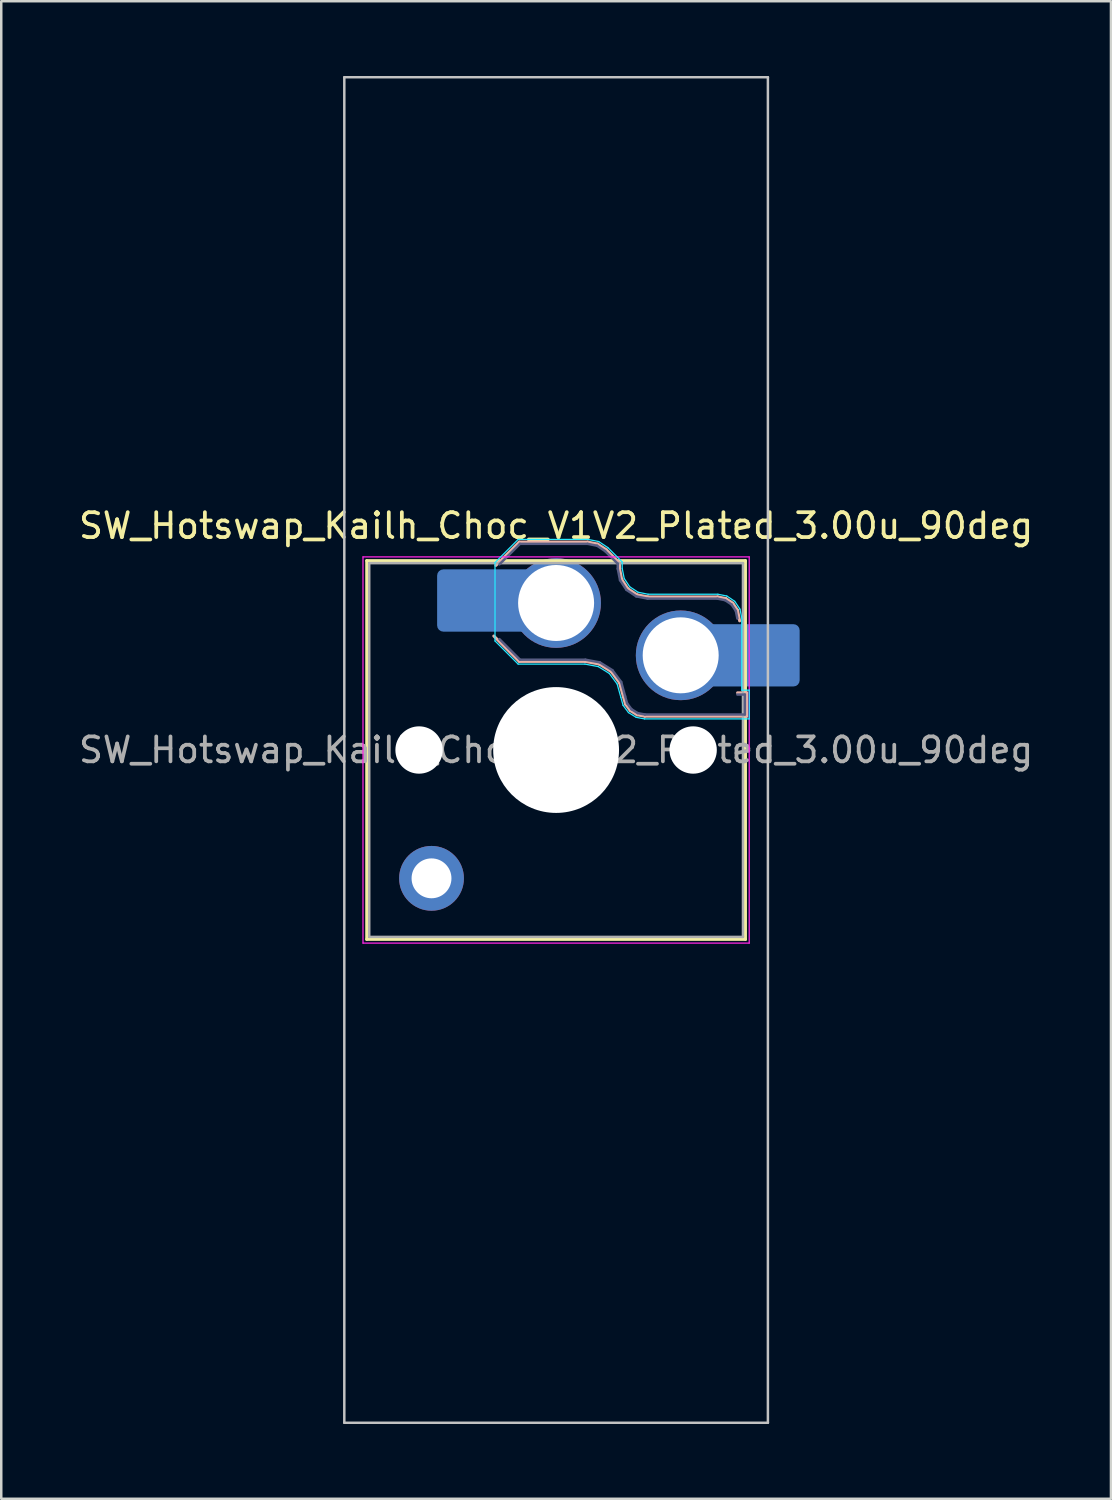
<source format=kicad_pcb>
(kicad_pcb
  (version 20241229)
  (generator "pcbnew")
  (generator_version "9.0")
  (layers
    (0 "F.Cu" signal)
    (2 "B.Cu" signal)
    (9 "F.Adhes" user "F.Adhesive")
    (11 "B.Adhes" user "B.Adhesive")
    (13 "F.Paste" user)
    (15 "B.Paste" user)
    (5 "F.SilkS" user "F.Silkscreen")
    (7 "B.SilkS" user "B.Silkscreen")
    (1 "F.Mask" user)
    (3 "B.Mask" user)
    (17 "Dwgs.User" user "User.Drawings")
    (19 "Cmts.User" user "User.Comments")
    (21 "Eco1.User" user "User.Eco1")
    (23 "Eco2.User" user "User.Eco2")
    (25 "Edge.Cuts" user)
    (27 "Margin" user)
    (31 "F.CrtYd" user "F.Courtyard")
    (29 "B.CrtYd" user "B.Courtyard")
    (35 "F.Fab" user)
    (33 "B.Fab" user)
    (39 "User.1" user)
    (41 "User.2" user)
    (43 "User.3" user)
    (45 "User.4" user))
  (footprint "SW_Hotswap_Kailh_Choc_V1V2_Plated_3.00u_90deg"
    (layer "F.Cu")
    (at 19.268 27.05)
    (property "Reference" "SW_Hotswap_Kailh_Choc_V1V2_Plated_3.00u_90deg" (at 0 -9 0) (layer "F.SilkS") (effects (font (size 1 1) (thickness 0.15))))
    (attr smd)
    (fp_line (start -7.6 -7.6) (end -7.6 7.6) (stroke (width 0.12) (type solid)) (layer "F.SilkS"))
    (fp_line (start -7.6 7.6) (end 7.6 7.6) (stroke (width 0.12) (type solid)) (layer "F.SilkS"))
    (fp_line (start 7.6 -7.6) (end -7.6 -7.6) (stroke (width 0.12) (type solid)) (layer "F.SilkS"))
    (fp_line (start 7.6 7.6) (end 7.6 -7.6) (stroke (width 0.12) (type solid)) (layer "F.SilkS"))
    (fp_line (start -2.416 -7.409) (end -1.479 -8.346) (stroke (width 0.12) (type solid)) (layer "B.SilkS"))
    (fp_line (start -1.479 -8.346) (end 1.268 -8.346) (stroke (width 0.12) (type solid)) (layer "B.SilkS"))
    (fp_line (start -1.479 -3.554) (end -2.5 -4.575) (stroke (width 0.12) (type solid)) (layer "B.SilkS"))
    (fp_line (start 1.168 -3.554) (end -1.479 -3.554) (stroke (width 0.12) (type solid)) (layer "B.SilkS"))
    (fp_line (start 1.268 -8.346) (end 1.671 -8.266) (stroke (width 0.12) (type solid)) (layer "B.SilkS"))
    (fp_line (start 1.671 -8.266) (end 2.013 -8.037) (stroke (width 0.12) (type solid)) (layer "B.SilkS"))
    (fp_line (start 1.73 -3.449) (end 1.168 -3.554) (stroke (width 0.12) (type solid)) (layer "B.SilkS"))
    (fp_line (start 2.013 -8.037) (end 2.546 -7.504) (stroke (width 0.12) (type solid)) (layer "B.SilkS"))
    (fp_line (start 2.209 -3.15) (end 1.73 -3.449) (stroke (width 0.12) (type solid)) (layer "B.SilkS"))
    (fp_line (start 2.546 -7.504) (end 2.546 -7.282) (stroke (width 0.12) (type solid)) (layer "B.SilkS"))
    (fp_line (start 2.546 -7.282) (end 2.633 -6.844) (stroke (width 0.12) (type solid)) (layer "B.SilkS"))
    (fp_line (start 2.547 -2.697) (end 2.209 -3.15) (stroke (width 0.12) (type solid)) (layer "B.SilkS"))
    (fp_line (start 2.633 -6.844) (end 2.877 -6.477) (stroke (width 0.12) (type solid)) (layer "B.SilkS"))
    (fp_line (start 2.701 -2.139) (end 2.547 -2.697) (stroke (width 0.12) (type solid)) (layer "B.SilkS"))
    (fp_line (start 2.783 -1.841) (end 2.701 -2.139) (stroke (width 0.12) (type solid)) (layer "B.SilkS"))
    (fp_line (start 2.877 -6.477) (end 3.244 -6.233) (stroke (width 0.12) (type solid)) (layer "B.SilkS"))
    (fp_line (start 2.976 -1.583) (end 2.783 -1.841) (stroke (width 0.12) (type solid)) (layer "B.SilkS"))
    (fp_line (start 3.244 -6.233) (end 3.682 -6.146) (stroke (width 0.12) (type solid)) (layer "B.SilkS"))
    (fp_line (start 3.25 -1.413) (end 2.976 -1.583) (stroke (width 0.12) (type solid)) (layer "B.SilkS"))
    (fp_line (start 3.56 -1.354) (end 3.25 -1.413) (stroke (width 0.12) (type solid)) (layer "B.SilkS"))
    (fp_line (start 3.682 -6.146) (end 6.482 -6.146) (stroke (width 0.12) (type solid)) (layer "B.SilkS"))
    (fp_line (start 6.482 -6.146) (end 6.809 -6.081) (stroke (width 0.12) (type solid)) (layer "B.SilkS"))
    (fp_line (start 6.809 -6.081) (end 7.092 -5.892) (stroke (width 0.12) (type solid)) (layer "B.SilkS"))
    (fp_line (start 7.092 -5.892) (end 7.281 -5.609) (stroke (width 0.12) (type solid)) (layer "B.SilkS"))
    (fp_line (start 7.281 -5.609) (end 7.366 -5.182) (stroke (width 0.12) (type solid)) (layer "B.SilkS"))
    (fp_line (start 7.283 -2.296) (end 7.646 -2.296) (stroke (width 0.12) (type solid)) (layer "B.SilkS"))
    (fp_line (start 7.646 -2.296) (end 7.646 -1.354) (stroke (width 0.12) (type solid)) (layer "B.SilkS"))
    (fp_line (start 7.646 -1.354) (end 3.56 -1.354) (stroke (width 0.12) (type solid)) (layer "B.SilkS"))
    (fp_line (start -8.5 -27) (end 8.5 -27) (stroke (width 0.1) (type solid)) (layer "Dwgs.User"))
    (fp_line (start -8.5 27) (end -8.5 -27) (stroke (width 0.1) (type solid)) (layer "Dwgs.User"))
    (fp_line (start 8.5 -27) (end 8.5 27) (stroke (width 0.1) (type solid)) (layer "Dwgs.User"))
    (fp_line (start 8.5 27) (end -8.5 27) (stroke (width 0.1) (type solid)) (layer "Dwgs.User"))
    (fp_line (start -7.25 -7.25) (end -7.25 7.25) (stroke (width 0.1) (type solid)) (layer "Eco1.User"))
    (fp_line (start -7.25 7.25) (end 7.25 7.25) (stroke (width 0.1) (type solid)) (layer "Eco1.User"))
    (fp_line (start 7.25 -7.25) (end -7.25 -7.25) (stroke (width 0.1) (type solid)) (layer "Eco1.User"))
    (fp_line (start 7.25 7.25) (end 7.25 -7.25) (stroke (width 0.1) (type solid)) (layer "Eco1.User"))
    (fp_line (start -2.452 -7.523) (end -1.523 -8.452) (stroke (width 0.05) (type solid)) (layer "B.CrtYd"))
    (fp_line (start -2.452 -4.377) (end -2.452 -7.523) (stroke (width 0.05) (type solid)) (layer "B.CrtYd"))
    (fp_line (start -1.523 -8.452) (end 1.278 -8.452) (stroke (width 0.05) (type solid)) (layer "B.CrtYd"))
    (fp_line (start -1.523 -3.448) (end -2.452 -4.377) (stroke (width 0.05) (type solid)) (layer "B.CrtYd"))
    (fp_line (start 1.159 -3.448) (end -1.523 -3.448) (stroke (width 0.05) (type solid)) (layer "B.CrtYd"))
    (fp_line (start 1.278 -8.452) (end 1.712 -8.366) (stroke (width 0.05) (type solid)) (layer "B.CrtYd"))
    (fp_line (start 1.691 -3.348) (end 1.159 -3.448) (stroke (width 0.05) (type solid)) (layer "B.CrtYd"))
    (fp_line (start 1.712 -8.366) (end 2.081 -8.119) (stroke (width 0.05) (type solid)) (layer "B.CrtYd"))
    (fp_line (start 2.081 -8.119) (end 2.652 -7.548) (stroke (width 0.05) (type solid)) (layer "B.CrtYd"))
    (fp_line (start 2.136 -3.071) (end 1.691 -3.348) (stroke (width 0.05) (type solid)) (layer "B.CrtYd"))
    (fp_line (start 2.45 -2.65) (end 2.136 -3.071) (stroke (width 0.05) (type solid)) (layer "B.CrtYd"))
    (fp_line (start 2.599 -2.111) (end 2.45 -2.65) (stroke (width 0.05) (type solid)) (layer "B.CrtYd"))
    (fp_line (start 2.652 -7.548) (end 2.652 -7.292) (stroke (width 0.05) (type solid)) (layer "B.CrtYd"))
    (fp_line (start 2.652 -7.292) (end 2.733 -6.885) (stroke (width 0.05) (type solid)) (layer "B.CrtYd"))
    (fp_line (start 2.687 -1.794) (end 2.599 -2.111) (stroke (width 0.05) (type solid)) (layer "B.CrtYd"))
    (fp_line (start 2.733 -6.885) (end 2.953 -6.553) (stroke (width 0.05) (type solid)) (layer "B.CrtYd"))
    (fp_line (start 2.903 -1.503) (end 2.687 -1.794) (stroke (width 0.05) (type solid)) (layer "B.CrtYd"))
    (fp_line (start 2.953 -6.553) (end 3.285 -6.333) (stroke (width 0.05) (type solid)) (layer "B.CrtYd"))
    (fp_line (start 3.211 -1.312) (end 2.903 -1.503) (stroke (width 0.05) (type solid)) (layer "B.CrtYd"))
    (fp_line (start 3.285 -6.333) (end 3.692 -6.252) (stroke (width 0.05) (type solid)) (layer "B.CrtYd"))
    (fp_line (start 3.55 -1.248) (end 3.211 -1.312) (stroke (width 0.05) (type solid)) (layer "B.CrtYd"))
    (fp_line (start 3.692 -6.252) (end 6.492 -6.252) (stroke (width 0.05) (type solid)) (layer "B.CrtYd"))
    (fp_line (start 6.492 -6.252) (end 6.85 -6.181) (stroke (width 0.05) (type solid)) (layer "B.CrtYd"))
    (fp_line (start 6.85 -6.181) (end 7.168 -5.968) (stroke (width 0.05) (type solid)) (layer "B.CrtYd"))
    (fp_line (start 7.168 -5.968) (end 7.381 -5.65) (stroke (width 0.05) (type solid)) (layer "B.CrtYd"))
    (fp_line (start 7.381 -5.65) (end 7.452 -5.292) (stroke (width 0.05) (type solid)) (layer "B.CrtYd"))
    (fp_line (start 7.452 -5.292) (end 7.452 -2.402) (stroke (width 0.05) (type solid)) (layer "B.CrtYd"))
    (fp_line (start 7.452 -2.402) (end 7.752 -2.402) (stroke (width 0.05) (type solid)) (layer "B.CrtYd"))
    (fp_line (start 7.752 -2.402) (end 7.752 -1.248) (stroke (width 0.05) (type solid)) (layer "B.CrtYd"))
    (fp_line (start 7.752 -1.248) (end 3.55 -1.248) (stroke (width 0.05) (type solid)) (layer "B.CrtYd"))
    (fp_line (start -7.75 -7.75) (end -7.75 7.75) (stroke (width 0.05) (type solid)) (layer "F.CrtYd"))
    (fp_line (start -7.75 7.75) (end 7.75 7.75) (stroke (width 0.05) (type solid)) (layer "F.CrtYd"))
    (fp_line (start 7.75 -7.75) (end -7.75 -7.75) (stroke (width 0.05) (type solid)) (layer "F.CrtYd"))
    (fp_line (start 7.75 7.75) (end 7.75 -7.75) (stroke (width 0.05) (type solid)) (layer "F.CrtYd"))
    (fp_line (start -2.275 -7.45) (end -1.45 -8.275) (stroke (width 0.1) (type solid)) (layer "B.Fab"))
    (fp_line (start -1.45 -8.275) (end 1.261 -8.275) (stroke (width 0.1) (type solid)) (layer "B.Fab"))
    (fp_line (start -1.45 -3.625) (end -2.275 -4.45) (stroke (width 0.1) (type solid)) (layer "B.Fab"))
    (fp_line (start 1.175 -3.625) (end -1.45 -3.625) (stroke (width 0.1) (type solid)) (layer "B.Fab"))
    (fp_line (start 1.261 -8.275) (end 1.643 -8.199) (stroke (width 0.1) (type solid)) (layer "B.Fab"))
    (fp_line (start 1.643 -8.199) (end 1.968 -7.982) (stroke (width 0.1) (type solid)) (layer "B.Fab"))
    (fp_line (start 1.756 -3.516) (end 1.175 -3.625) (stroke (width 0.1) (type solid)) (layer "B.Fab"))
    (fp_line (start 1.968 -7.982) (end 2.475 -7.475) (stroke (width 0.1) (type solid)) (layer "B.Fab"))
    (fp_line (start 2.258 -3.203) (end 1.756 -3.516) (stroke (width 0.1) (type solid)) (layer "B.Fab"))
    (fp_line (start 2.475 -7.475) (end 2.475 -7.275) (stroke (width 0.1) (type solid)) (layer "B.Fab"))
    (fp_line (start 2.475 -7.275) (end 2.566 -6.816) (stroke (width 0.1) (type solid)) (layer "B.Fab"))
    (fp_line (start 2.566 -6.816) (end 2.826 -6.426) (stroke (width 0.1) (type solid)) (layer "B.Fab"))
    (fp_line (start 2.612 -2.729) (end 2.258 -3.203) (stroke (width 0.1) (type solid)) (layer "B.Fab"))
    (fp_line (start 2.769 -2.158) (end 2.612 -2.729) (stroke (width 0.1) (type solid)) (layer "B.Fab"))
    (fp_line (start 2.826 -6.426) (end 3.216 -6.166) (stroke (width 0.1) (type solid)) (layer "B.Fab"))
    (fp_line (start 2.848 -1.873) (end 2.769 -2.158) (stroke (width 0.1) (type solid)) (layer "B.Fab"))
    (fp_line (start 3.025 -1.636) (end 2.848 -1.873) (stroke (width 0.1) (type solid)) (layer "B.Fab"))
    (fp_line (start 3.216 -6.166) (end 3.675 -6.075) (stroke (width 0.1) (type solid)) (layer "B.Fab"))
    (fp_line (start 3.276 -1.48) (end 3.025 -1.636) (stroke (width 0.1) (type solid)) (layer "B.Fab"))
    (fp_line (start 3.567 -1.425) (end 3.276 -1.48) (stroke (width 0.1) (type solid)) (layer "B.Fab"))
    (fp_line (start 3.675 -6.075) (end 6.475 -6.075) (stroke (width 0.1) (type solid)) (layer "B.Fab"))
    (fp_line (start 6.475 -6.075) (end 6.781 -6.014) (stroke (width 0.1) (type solid)) (layer "B.Fab"))
    (fp_line (start 6.781 -6.014) (end 7.041 -5.841) (stroke (width 0.1) (type solid)) (layer "B.Fab"))
    (fp_line (start 7.041 -5.841) (end 7.214 -5.581) (stroke (width 0.1) (type solid)) (layer "B.Fab"))
    (fp_line (start 7.214 -5.581) (end 7.275 -5.275) (stroke (width 0.1) (type solid)) (layer "B.Fab"))
    (fp_line (start 7.275 -2.225) (end 7.575 -2.225) (stroke (width 0.1) (type solid)) (layer "B.Fab"))
    (fp_line (start 7.575 -2.225) (end 7.575 -1.425) (stroke (width 0.1) (type solid)) (layer "B.Fab"))
    (fp_line (start 7.575 -1.425) (end 3.567 -1.425) (stroke (width 0.1) (type solid)) (layer "B.Fab"))
    (fp_line (start -7.5 -7.5) (end -7.5 7.5) (stroke (width 0.1) (type solid)) (layer "F.Fab"))
    (fp_line (start -7.5 7.5) (end 7.5 7.5) (stroke (width 0.1) (type solid)) (layer "F.Fab"))
    (fp_line (start 7.5 -7.5) (end -7.5 -7.5) (stroke (width 0.1) (type solid)) (layer "F.Fab"))
    (fp_line (start 7.5 7.5) (end 7.5 -7.5) (stroke (width 0.1) (type solid)) (layer "F.Fab"))
    (fp_text user "${REFERENCE}" (at 0 0 0) (layer "F.Fab") (effects (font (size 1 1) (thickness 0.15))))
    (pad "" np_thru_hole circle (at -5.5 0) (size 1.9 1.9) (drill 1.9) (layers "*.Cu" "*.Mask"))
    (pad "" smd circle (at -5 5.15) (size 1.65 1.65) (layers "F.Mask"))
    (pad "" thru_hole circle (at -5 5.15) (size 2.6 2.6) (drill 1.6) (layers "*.Cu" "B.Mask"))
    (pad "" smd roundrect (at -3.5 -6) (size 2.55 2.5) (layers "B.Mask" "B.Paste") (roundrect_rratio 0.1))
    (pad "" smd circle (at 0 -5.9) (size 3.1 3.1) (layers "F.Mask"))
    (pad "" np_thru_hole circle (at 0 0) (size 5.05 5.05) (drill 5.05) (layers "*.Cu" "*.Mask"))
    (pad "" smd circle (at 5 -3.8) (size 3.1 3.1) (layers "F.Mask"))
    (pad "" np_thru_hole circle (at 5.5 0) (size 1.9 1.9) (drill 1.9) (layers "*.Cu" "*.Mask"))
    (pad "" smd roundrect (at 8.5 -3.8) (size 2.55 2.5) (layers "B.Mask" "B.Paste") (roundrect_rratio 0.1))
    (pad "1" smd roundrect (at -2.85 -6) (size 3.85 2.5) (layers "B.Cu") (roundrect_rratio 0.1))
    (pad "1" thru_hole circle (at 0 -5.9) (size 3.6 3.6) (drill 3.05) (layers "*.Cu" "B.Mask"))
    (pad "2" thru_hole circle (at 5 -3.8) (size 3.6 3.6) (drill 3.05) (layers "*.Cu" "B.Mask"))
    (pad "2" smd roundrect (at 7.85 -3.8) (size 3.85 2.5) (layers "B.Cu") (roundrect_rratio 0.1)))
  (gr_rect
    (start -3 -3)
    (end 41.536 57.1)
    (stroke (width 0.1) (type default))
    (fill no)
    (layer "Edge.Cuts")))
</source>
